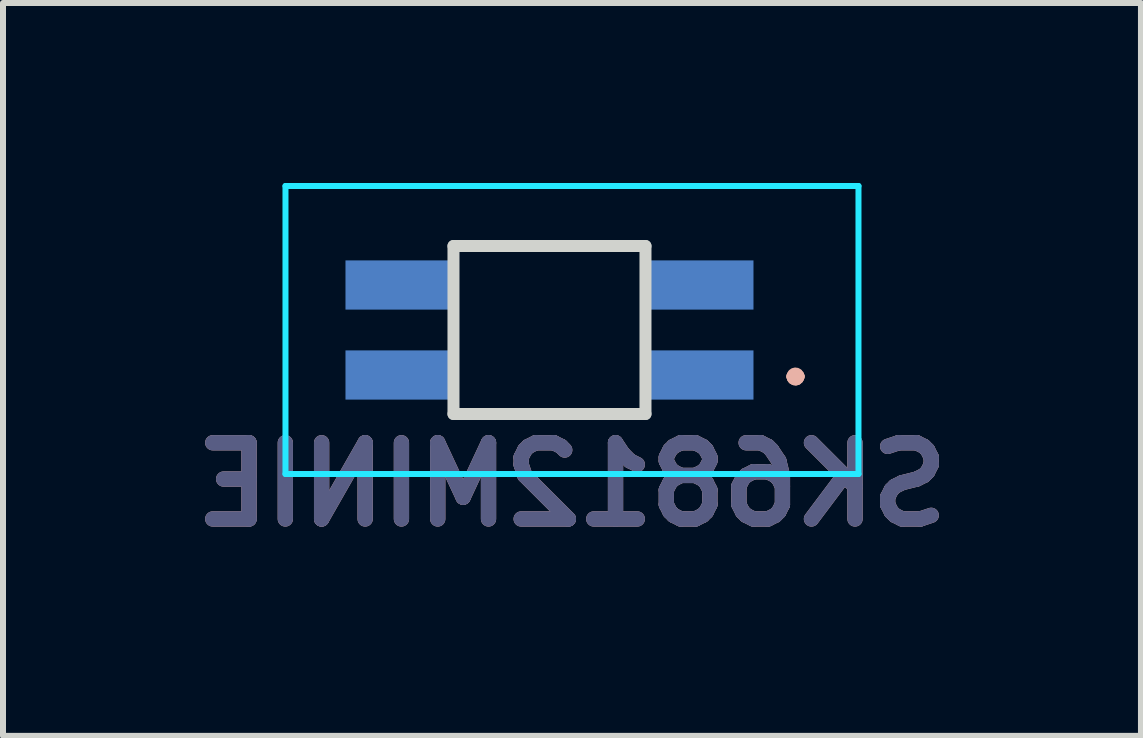
<source format=kicad_pcb>
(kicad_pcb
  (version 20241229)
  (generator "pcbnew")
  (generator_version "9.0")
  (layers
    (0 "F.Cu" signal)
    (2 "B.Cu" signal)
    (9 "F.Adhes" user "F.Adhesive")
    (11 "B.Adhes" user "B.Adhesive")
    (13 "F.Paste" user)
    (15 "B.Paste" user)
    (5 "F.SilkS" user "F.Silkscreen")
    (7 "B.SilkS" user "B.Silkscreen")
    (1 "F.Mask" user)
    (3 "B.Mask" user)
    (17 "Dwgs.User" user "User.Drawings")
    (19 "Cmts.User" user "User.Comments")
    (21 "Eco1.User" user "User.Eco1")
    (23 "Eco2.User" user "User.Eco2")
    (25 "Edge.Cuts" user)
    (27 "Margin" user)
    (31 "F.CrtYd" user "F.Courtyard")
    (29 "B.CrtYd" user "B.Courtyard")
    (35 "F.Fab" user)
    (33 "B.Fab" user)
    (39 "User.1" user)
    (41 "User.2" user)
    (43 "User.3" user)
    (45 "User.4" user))
  (footprint "SK6812MINIE"
    (layer "F.Cu")
    (at 6.108 2.45)
    (property "Reference" "SK6812MINIE" (at 0.375 2.575 0) (layer "B.SilkS") (effects (font (size 1.27 1.27) (thickness 0.254)) (justify mirror)))
    (attr smd)
    (fp_line (start -1.25 -1.4) (end -1.25 -1.4) (stroke (width 0.1) (type solid)) (layer "B.SilkS"))
    (fp_line (start -1.25 -1.4) (end 1.25 -1.4) (stroke (width 0.1) (type solid)) (layer "B.SilkS"))
    (fp_line (start -1.25 1.4) (end -1.25 1.4) (stroke (width 0.1) (type solid)) (layer "B.SilkS"))
    (fp_line (start -1.25 1.4) (end 1.25 1.4) (stroke (width 0.1) (type solid)) (layer "B.SilkS"))
    (fp_line (start 1.25 -1.4) (end -1.25 -1.4) (stroke (width 0.1) (type solid)) (layer "B.SilkS"))
    (fp_line (start 1.25 -1.4) (end 1.25 -1.4) (stroke (width 0.1) (type solid)) (layer "B.SilkS"))
    (fp_line (start 1.25 1.4) (end -1.25 1.4) (stroke (width 0.1) (type solid)) (layer "B.SilkS"))
    (fp_line (start 1.25 1.4) (end 1.25 1.4) (stroke (width 0.1) (type solid)) (layer "B.SilkS"))
    (fp_line (start 4.05 0.775) (end 4.05 0.775) (stroke (width 0.2) (type solid)) (layer "B.SilkS"))
    (fp_line (start 4.15 0.775) (end 4.15 0.775) (stroke (width 0.2) (type solid)) (layer "B.SilkS"))
    (fp_line (start 4.15 0.775) (end 4.15 0.775) (stroke (width 0.2) (type solid)) (layer "B.SilkS"))
    (fp_arc (start 4.05 0.775) (mid 4.1 0.725) (end 4.15 0.775) (stroke (width 0.2) (type solid)) (layer "B.SilkS"))
    (fp_arc (start 4.15 0.775) (mid 4.1 0.825) (end 4.05 0.775) (stroke (width 0.2) (type solid)) (layer "B.SilkS"))
    (fp_arc (start 4.15 0.775) (mid 4.1 0.825) (end 4.05 0.775) (stroke (width 0.2) (type solid)) (layer "B.SilkS"))
    (fp_line (start -1.6 -1.4) (end 1.6 -1.4) (stroke (width 0.2) (type solid)) (layer "Edge.Cuts"))
    (fp_line (start -1.6 1.4) (end -1.6 -1.4) (stroke (width 0.2) (type solid)) (layer "Edge.Cuts"))
    (fp_line (start 1.6 -1.4) (end 1.6 1.4) (stroke (width 0.2) (type solid)) (layer "Edge.Cuts"))
    (fp_line (start 1.6 1.4) (end -1.6 1.4) (stroke (width 0.2) (type solid)) (layer "Edge.Cuts"))
    (fp_line (start -4.4 -2.4) (end -4.4 2.4) (stroke (width 0.1) (type solid)) (layer "B.CrtYd"))
    (fp_line (start -4.4 2.4) (end 5.15 2.4) (stroke (width 0.1) (type solid)) (layer "B.CrtYd"))
    (fp_line (start 5.15 -2.4) (end -4.4 -2.4) (stroke (width 0.1) (type solid)) (layer "B.CrtYd"))
    (fp_line (start 5.15 2.4) (end 5.15 -2.4) (stroke (width 0.1) (type solid)) (layer "B.CrtYd"))
    (fp_text user "${REFERENCE}" (at 0.375 2.575 0) (layer "B.Fab") (effects (font (size 1.27 1.27) (thickness 0.254)) (justify mirror)))
    (pad "1" smd rect (at -2.5 -0.75 270) (size 0.82 1.8) (layers "B.Cu" "B.Mask" "B.Paste"))
    (pad "2" smd rect (at -2.5 0.75 270) (size 0.82 1.8) (layers "B.Cu" "B.Mask" "B.Paste"))
    (pad "3" smd rect (at 2.5 0.75 270) (size 0.82 1.8) (layers "B.Cu" "B.Mask" "B.Paste"))
    (pad "4" smd rect (at 2.5 -0.75 270) (size 0.82 1.8) (layers "B.Cu" "B.Mask" "B.Paste")))
  (gr_rect
    (start -3 -3)
    (end 15.966 9.214)
    (stroke (width 0.1) (type default))
    (fill no)
    (layer "Edge.Cuts")))
</source>
